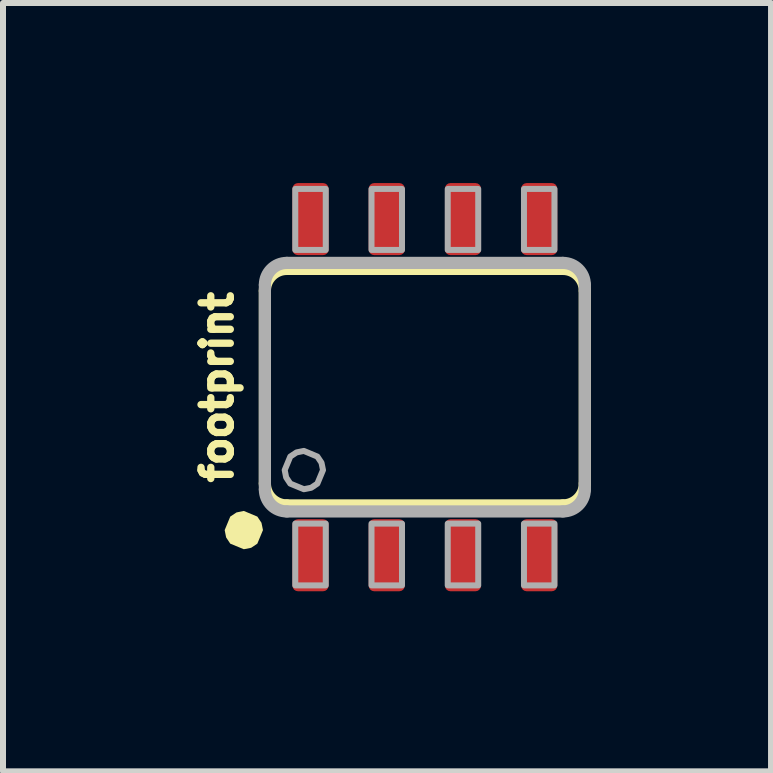
<source format=kicad_pcb>
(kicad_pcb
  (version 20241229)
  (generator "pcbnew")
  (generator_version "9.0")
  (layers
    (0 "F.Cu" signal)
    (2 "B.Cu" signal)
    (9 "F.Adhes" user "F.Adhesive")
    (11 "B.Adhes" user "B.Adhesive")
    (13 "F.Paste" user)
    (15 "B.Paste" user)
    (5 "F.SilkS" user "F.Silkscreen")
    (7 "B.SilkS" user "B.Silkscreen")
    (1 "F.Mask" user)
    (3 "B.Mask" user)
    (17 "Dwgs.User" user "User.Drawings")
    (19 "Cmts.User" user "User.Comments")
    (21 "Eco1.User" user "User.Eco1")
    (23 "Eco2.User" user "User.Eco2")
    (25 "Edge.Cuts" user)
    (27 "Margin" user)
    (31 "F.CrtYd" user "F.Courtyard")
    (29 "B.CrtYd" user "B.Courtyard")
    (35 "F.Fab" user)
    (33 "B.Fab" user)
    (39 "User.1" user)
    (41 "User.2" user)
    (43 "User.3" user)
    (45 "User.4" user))
  (footprint "footprint"
    (layer "F.Cu")
    (at 4.028 3.4)
    (property "Reference" "footprint" (at -3.175 0 90) (layer "F.SilkS") (effects (font (size 0.488 0.488) (thickness 0.122)) (justify bottom)))
    (fp_line (start -2.665 1.605) (end -2.665 -1.605) (stroke (width 0.203) (type solid)) (layer "F.SilkS"))
    (fp_line (start -2.3 1.97) (end 2.3 1.97) (stroke (width 0.203) (type solid)) (layer "F.SilkS"))
    (fp_line (start 2.3 -1.97) (end -2.3 -1.97) (stroke (width 0.203) (type solid)) (layer "F.SilkS"))
    (fp_line (start 2.665 1.605) (end 2.665 -1.605) (stroke (width 0.203) (type solid)) (layer "F.SilkS"))
    (fp_arc (start -2.665 -1.605) (mid -2.558115 -1.863117) (end -2.299998 -1.97) (stroke (width 0.2032) (type solid)) (layer "F.SilkS"))
    (fp_arc (start -2.299999 1.97) (mid -2.55815 1.86315) (end -2.665 1.605) (stroke (width 0.2032) (type solid)) (layer "F.SilkS"))
    (fp_arc (start 2.3 -1.97) (mid 2.558123 -1.863121) (end 2.665 -1.604998) (stroke (width 0.2032) (type solid)) (layer "F.SilkS"))
    (fp_arc (start 2.665 1.605) (mid 2.558094 1.863094) (end 2.3 1.97) (stroke (width 0.2032) (type solid)) (layer "F.SilkS"))
    (fp_poly (pts (xy -2.791 2.156) (xy -2.722 2.259) (xy -2.697 2.381) (xy -2.791 2.607) (xy -2.894 2.676) (xy -3.016 2.7) (xy -3.242 2.607) (xy -3.311 2.503) (xy -3.335 2.381) (xy -3.242 2.156) (xy -3.138 2.087) (xy -3.016 2.062)) (stroke (width 0) (type solid)) (fill yes) (layer "F.SilkS"))
    (fp_line (start -2.665 1.705) (end -2.665 -1.705) (stroke (width 0.203) (type solid)) (layer "F.Fab"))
    (fp_line (start -2.3 2.07) (end 2.3 2.07) (stroke (width 0.203) (type solid)) (layer "F.Fab"))
    (fp_line (start 2.3 -2.07) (end -2.3 -2.07) (stroke (width 0.203) (type solid)) (layer "F.Fab"))
    (fp_line (start 2.665 1.705) (end 2.665 -1.705) (stroke (width 0.203) (type solid)) (layer "F.Fab"))
    (fp_arc (start -2.665 -1.705) (mid -2.558115 -1.963117) (end -2.299998 -2.07) (stroke (width 0.2032) (type solid)) (layer "F.Fab"))
    (fp_arc (start -2.299999 2.07) (mid -2.55815 1.96315) (end -2.665 1.705) (stroke (width 0.2032) (type solid)) (layer "F.Fab"))
    (fp_arc (start 2.3 -2.07) (mid 2.558123 -1.963121) (end 2.665 -1.704998) (stroke (width 0.2032) (type solid)) (layer "F.Fab"))
    (fp_arc (start 2.665 1.705) (mid 2.558094 1.963094) (end 2.3 2.07) (stroke (width 0.2032) (type solid)) (layer "F.Fab"))
    (fp_poly (pts (xy -2.159 -2.286) (xy -1.651 -2.286) (xy -1.651 -3.302) (xy -2.159 -3.302)) (stroke (width 0.1) (type solid)) (fill no) (layer "F.Fab"))
    (fp_poly (pts (xy -2.159 3.302) (xy -1.651 3.302) (xy -1.651 2.273) (xy -2.159 2.273)) (stroke (width 0.1) (type solid)) (fill no) (layer "F.Fab"))
    (fp_poly (pts (xy -0.889 -2.286) (xy -0.381 -2.286) (xy -0.381 -3.302) (xy -0.889 -3.302)) (stroke (width 0.1) (type solid)) (fill no) (layer "F.Fab"))
    (fp_poly (pts (xy -0.889 3.302) (xy -0.381 3.302) (xy -0.381 2.273) (xy -0.889 2.273)) (stroke (width 0.1) (type solid)) (fill no) (layer "F.Fab"))
    (fp_poly (pts (xy 0.381 -2.286) (xy 0.889 -2.286) (xy 0.889 -3.302) (xy 0.381 -3.302)) (stroke (width 0.1) (type solid)) (fill no) (layer "F.Fab"))
    (fp_poly (pts (xy 0.381 3.302) (xy 0.889 3.302) (xy 0.889 2.273) (xy 0.381 2.273)) (stroke (width 0.1) (type solid)) (fill no) (layer "F.Fab"))
    (fp_poly (pts (xy 1.651 -2.286) (xy 2.159 -2.286) (xy 2.159 -3.302) (xy 1.651 -3.302)) (stroke (width 0.1) (type solid)) (fill no) (layer "F.Fab"))
    (fp_poly (pts (xy 1.651 3.302) (xy 2.159 3.302) (xy 2.159 2.273) (xy 1.651 2.273)) (stroke (width 0.1) (type solid)) (fill no) (layer "F.Fab"))
    (fp_poly (pts (xy -1.791 1.156) (xy -1.722 1.259) (xy -1.697 1.381) (xy -1.791 1.607) (xy -1.894 1.676) (xy -2.016 1.7) (xy -2.242 1.607) (xy -2.311 1.503) (xy -2.335 1.381) (xy -2.242 1.156) (xy -2.138 1.087) (xy -2.016 1.062)) (stroke (width 0.1) (type solid)) (fill no) (layer "F.Fab"))
    (pad "1" smd roundrect (at -1.905 2.8) (size 0.6 1.2) (layers "F.Cu" "F.Mask" "F.Paste") (roundrect_rratio 0.15))
    (pad "2" smd roundrect (at -0.635 2.8) (size 0.6 1.2) (layers "F.Cu" "F.Mask" "F.Paste") (roundrect_rratio 0.15))
    (pad "3" smd roundrect (at 0.635 2.8) (size 0.6 1.2) (layers "F.Cu" "F.Mask" "F.Paste") (roundrect_rratio 0.15))
    (pad "4" smd roundrect (at 1.905 2.8) (size 0.6 1.2) (layers "F.Cu" "F.Mask" "F.Paste") (roundrect_rratio 0.15))
    (pad "5" smd roundrect (at 1.905 -2.8) (size 0.6 1.2) (layers "F.Cu" "F.Mask" "F.Paste") (roundrect_rratio 0.15))
    (pad "6" smd roundrect (at 0.635 -2.8) (size 0.6 1.2) (layers "F.Cu" "F.Mask" "F.Paste") (roundrect_rratio 0.15))
    (pad "7" smd roundrect (at -0.635 -2.8) (size 0.6 1.2) (layers "F.Cu" "F.Mask" "F.Paste") (roundrect_rratio 0.15))
    (pad "8" smd roundrect (at -1.905 -2.8) (size 0.6 1.2) (layers "F.Cu" "F.Mask" "F.Paste") (roundrect_rratio 0.15)))
  (gr_rect
    (start -3 -3)
    (end 9.795 9.8)
    (stroke (width 0.1) (type default))
    (fill no)
    (layer "Edge.Cuts")))
</source>
